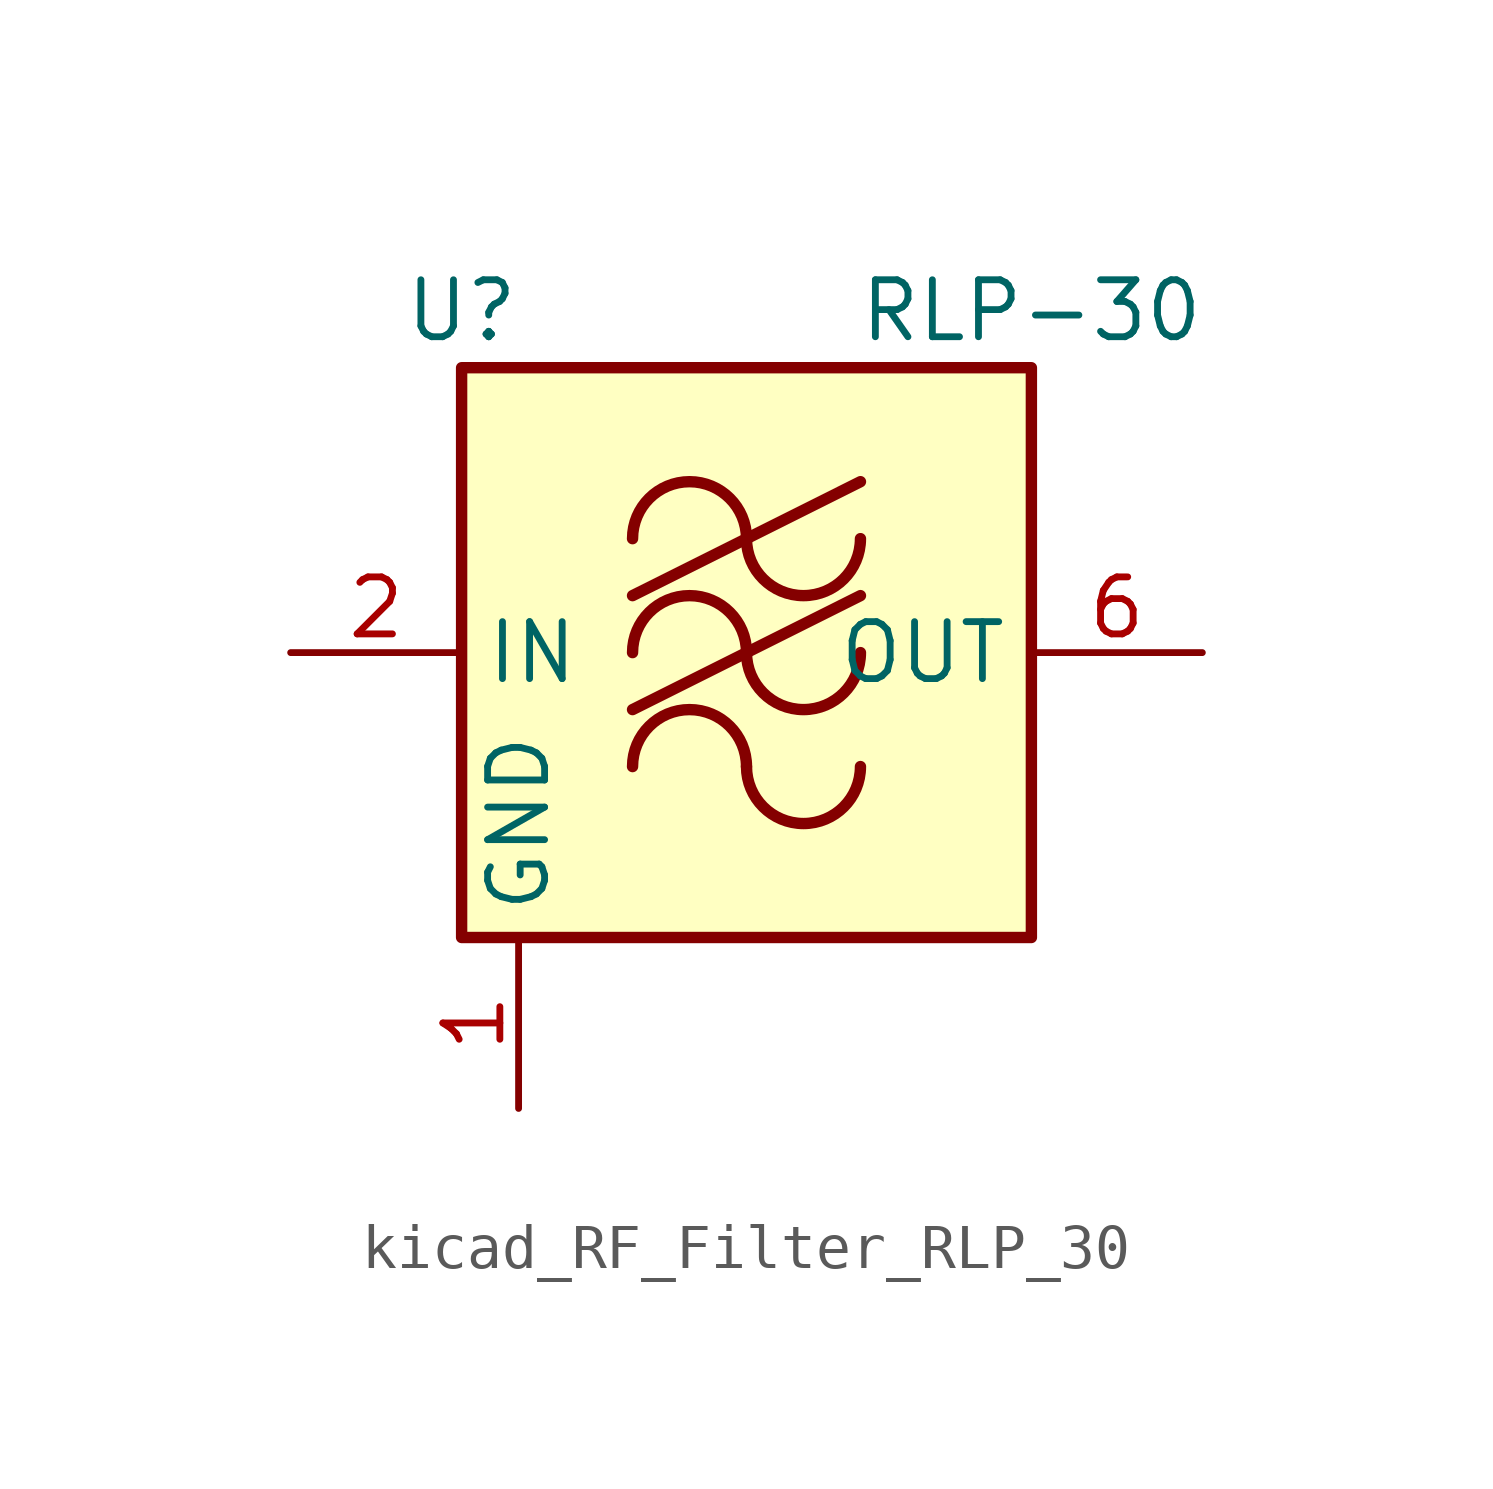
<source format=kicad_sym>
(kicad_symbol_lib
  (version 20220914)
  (generator kicad_symbol_editor)
  (symbol "kicad_RF_Filter_RLP_30"
    (property "Reference" "U"
      (at -6.35 7.62 0)
      (effects (font (size 1.27 1.27))))
    (property "Value" "RLP-30"
      (at 6.35 7.62 0)
      (effects (font (size 1.27 1.27))))
    (symbol "kicad_RF_Filter_RLP_30_0_1"
      (rectangle (start -6.35 6.35) (end 6.35 -6.35) (stroke (width 0.254) (type default)) (fill (type background)))
      (arc (start 0 -2.54) (mid -1.27 -1.2755) (end -2.54 -2.54) (stroke (width 0.254) (type default)) (fill (type none)))
      (arc (start 0 -2.54) (mid 1.27 -3.8045) (end 2.54 -2.54) (stroke (width 0.254) (type default)) (fill (type none)))
      (arc (start 0 0) (mid -1.27 1.2645) (end -2.54 0) (stroke (width 0.254) (type default)) (fill (type none)))
      (polyline (pts (xy -2.54 -1.27) (xy 2.54 1.27)) (stroke (width 0.254) (type default)) (fill (type none)))
      (polyline (pts (xy -2.54 1.27) (xy 2.54 3.81)) (stroke (width 0.254) (type default)) (fill (type none)))
      (arc (start 0 0) (mid 1.27 -1.2645) (end 2.54 0) (stroke (width 0.254) (type default)) (fill (type none)))
      (arc (start 0 2.54) (mid -1.27 3.8045) (end -2.54 2.54) (stroke (width 0.254) (type default)) (fill (type none)))
      (arc (start 0 2.54) (mid 1.27 1.2755) (end 2.54 2.54) (stroke (width 0.254) (type default)) (fill (type none))))
    (symbol "kicad_RF_Filter_RLP_30_1_1"
      (pin power_in line (at -5.08 -10.16 90) (length 3.81) (name "GND" (effects (font (size 1.27 1.27)))) (number "1" (effects (font (size 1.27 1.27)))))
      (pin input line (at -10.16 0 0) (length 3.81) (name "IN" (effects (font (size 1.27 1.27)))) (number "2" (effects (font (size 1.27 1.27)))))
      (pin passive line (at -5.08 -10.16 90) (length 3.81) hide (name "GND" (effects (font (size 1.27 1.27)))) (number "3" (effects (font (size 1.27 1.27)))))
      (pin passive line (at -5.08 -10.16 90) (length 3.81) hide (name "GND" (effects (font (size 1.27 1.27)))) (number "4" (effects (font (size 1.27 1.27)))))
      (pin passive line (at -5.08 -10.16 90) (length 3.81) hide (name "GND" (effects (font (size 1.27 1.27)))) (number "5" (effects (font (size 1.27 1.27)))))
      (pin output line (at 10.16 0 180) (length 3.81) (name "OUT" (effects (font (size 1.27 1.27)))) (number "6" (effects (font (size 1.27 1.27)))))
      (pin passive line (at -5.08 -10.16 90) (length 3.81) hide (name "GND" (effects (font (size 1.27 1.27)))) (number "7" (effects (font (size 1.27 1.27)))))
      (pin passive line (at -5.08 -10.16 90) (length 3.81) hide (name "GND" (effects (font (size 1.27 1.27)))) (number "8" (effects (font (size 1.27 1.27))))))))
</source>
